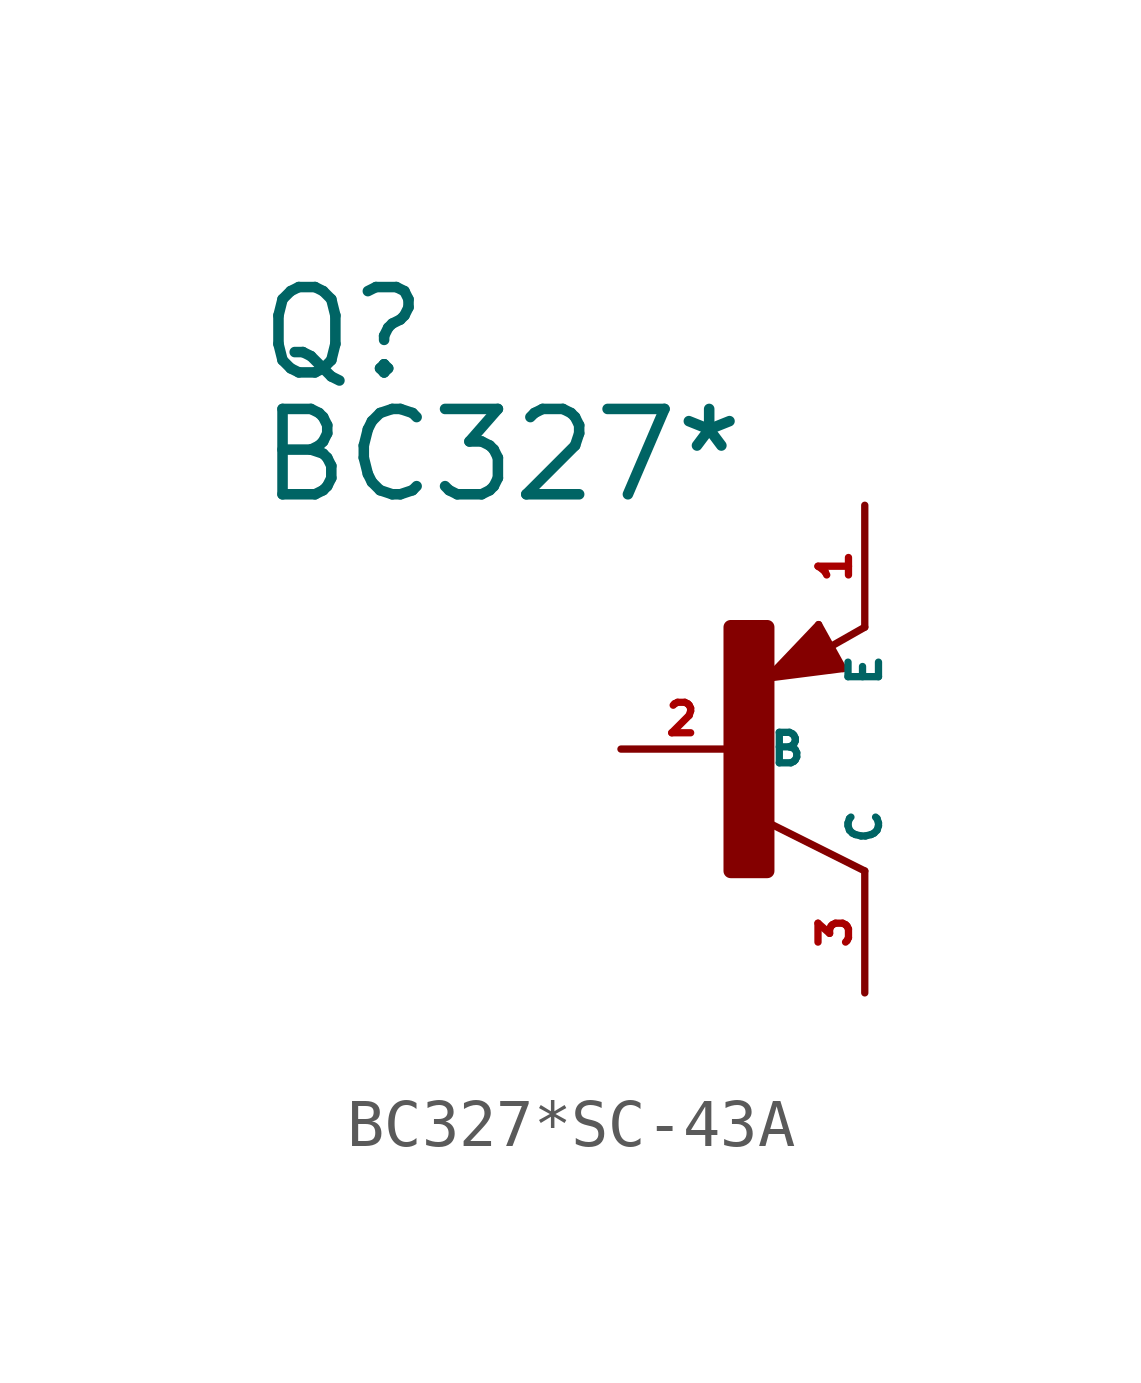
<source format=kicad_sym>
(kicad_symbol_lib
  (version 20220914)
  (generator Eagle2Kicad)
  (symbol "BC327*SC-43A"
    (property "Reference" "Q"
      (at -10.16 7.62 0)
      (effects (font (size 1.778 1.778) (thickness 0.22)) (justify left bottom)))
    (property "Value" "BC327*"
      (at -10.16 5.08 0)
      (effects (font (size 1.778 1.778) (thickness 0.22)) (justify left bottom)))
    (polyline
      (pts (xy 2.086 1.678) (xy 1.578 2.594))
      (stroke (width 0.152) (type default))
      (fill (type none)))
    (polyline
      (pts (xy 1.578 2.594) (xy 0.516 1.478))
      (stroke (width 0.152) (type default))
      (fill (type none)))
    (polyline
      (pts (xy 0.516 1.478) (xy 2.086 1.678))
      (stroke (width 0.152) (type default))
      (fill (type none)))
    (polyline
      (pts (xy 2.54 2.54) (xy 1.808 2.124))
      (stroke (width 0.152) (type default))
      (fill (type none)))
    (polyline
      (pts (xy 2.54 -2.54) (xy 0.508 -1.524))
      (stroke (width 0.152) (type default))
      (fill (type none)))
    (polyline
      (pts (xy 1.905 1.778) (xy 1.524 2.413))
      (stroke (width 0.254) (type default))
      (fill (type none)))
    (polyline
      (pts (xy 1.524 2.413) (xy 0.762 1.651))
      (stroke (width 0.254) (type default))
      (fill (type none)))
    (polyline
      (pts (xy 0.762 1.651) (xy 1.778 1.778))
      (stroke (width 0.254) (type default))
      (fill (type none)))
    (polyline
      (pts (xy 1.778 1.778) (xy 1.524 2.159))
      (stroke (width 0.254) (type default))
      (fill (type none)))
    (polyline
      (pts (xy 1.524 2.159) (xy 1.143 1.905))
      (stroke (width 0.254) (type default))
      (fill (type none)))
    (polyline
      (pts (xy 1.143 1.905) (xy 1.524 1.905))
      (stroke (width 0.254) (type default))
      (fill (type none)))
    (rectangle
      (start -0.254 -2.54)
      (end 0.508 2.54)
      (stroke (width 0.3) (type default))
      (fill (type outline)))
    (pin passive line
      (at -2.54 0 0)
      (length 2.54)
      (name "B" (effects (font (size 0.635 0.635) (thickness 0.08)) (justify left bottom)))
      (number "2" (effects (font (size 0.635 0.635) (thickness 0.08)) (justify left bottom))))
    (pin passive line
      (at 2.54 5.08 270)
      (length 2.54)
      (name "E" (effects (font (size 0.635 0.635) (thickness 0.08)) (justify left bottom)))
      (number "1" (effects (font (size 0.635 0.635) (thickness 0.08)) (justify left bottom))))
    (pin passive line
      (at 2.54 -5.08 90)
      (length 2.54)
      (name "C" (effects (font (size 0.635 0.635) (thickness 0.08)) (justify left bottom)))
      (number "3" (effects (font (size 0.635 0.635) (thickness 0.08)) (justify left bottom))))))
</source>
